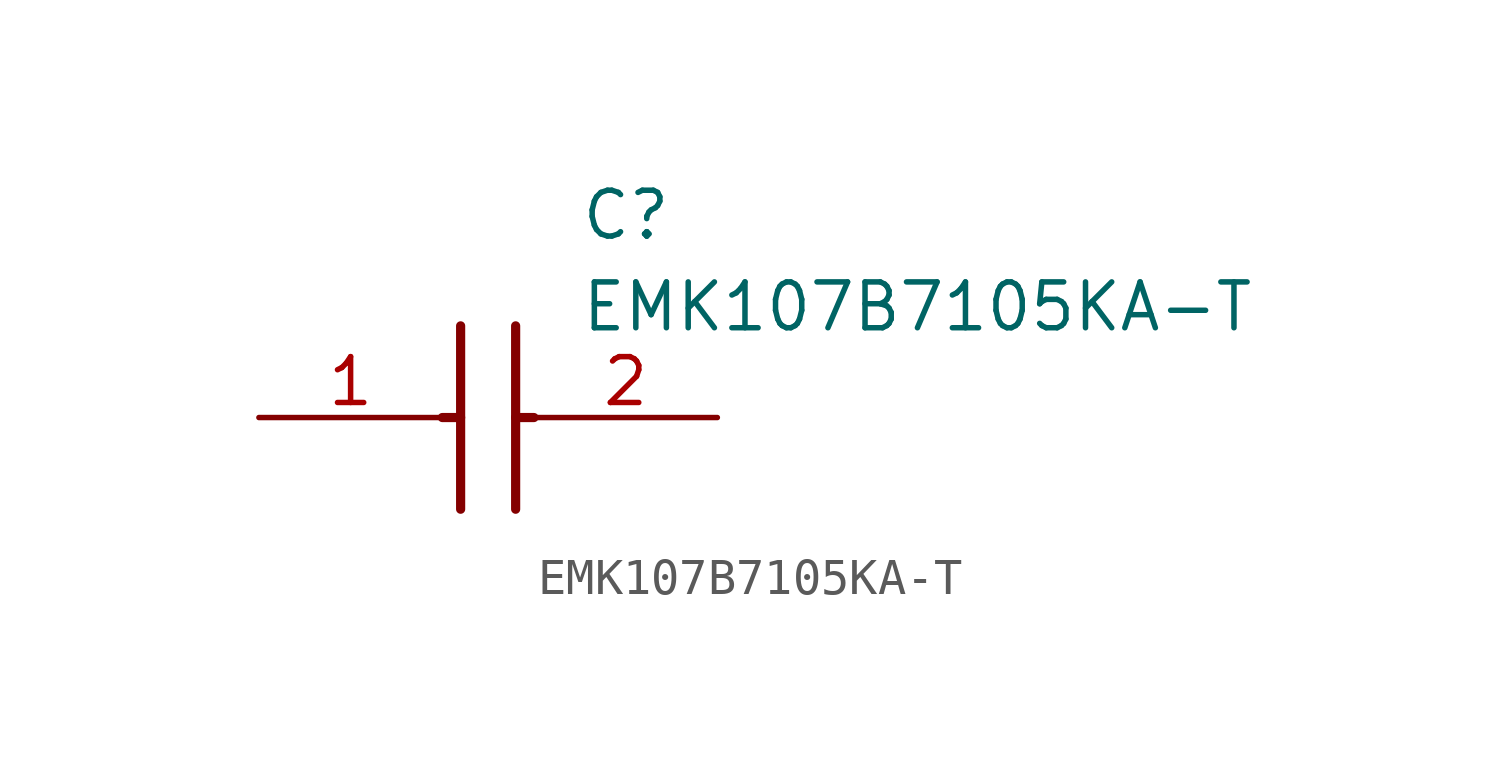
<source format=kicad_sym>
(kicad_symbol_lib
  (version 20211014)
  (generator SamacSys_ECAD_Model)
  (symbol "EMK107B7105KA-T"
    (pin_names hide)
    (property "Reference" "C"
      (at 8.89 6.35 0)
      (effects (font (size 1.27 1.27)) (justify left top)))
    (property "Value" "EMK107B7105KA-T"
      (at 8.89 3.81 0)
      (effects (font (size 1.27 1.27)) (justify left top)))
    (polyline
      (pts (xy 5.588 2.54) (xy 5.588 -2.54))
      (stroke (width 0.254) (type default))
      (fill (type none)))
    (polyline
      (pts (xy 7.112 2.54) (xy 7.112 -2.54))
      (stroke (width 0.254) (type default))
      (fill (type none)))
    (polyline
      (pts (xy 5.08 0) (xy 5.588 0))
      (stroke (width 0.254) (type default))
      (fill (type none)))
    (polyline
      (pts (xy 7.112 0) (xy 7.62 0))
      (stroke (width 0.254) (type default))
      (fill (type none)))
    (pin passive line
      (at 0 0 0)
      (length 5.08)
      (name "1" (effects (font (size 1.27 1.27))))
      (number "1" (effects (font (size 1.27 1.27)))))
    (pin passive line
      (at 12.7 0 180)
      (length 5.08)
      (name "2" (effects (font (size 1.27 1.27))))
      (number "2" (effects (font (size 1.27 1.27)))))))
</source>
